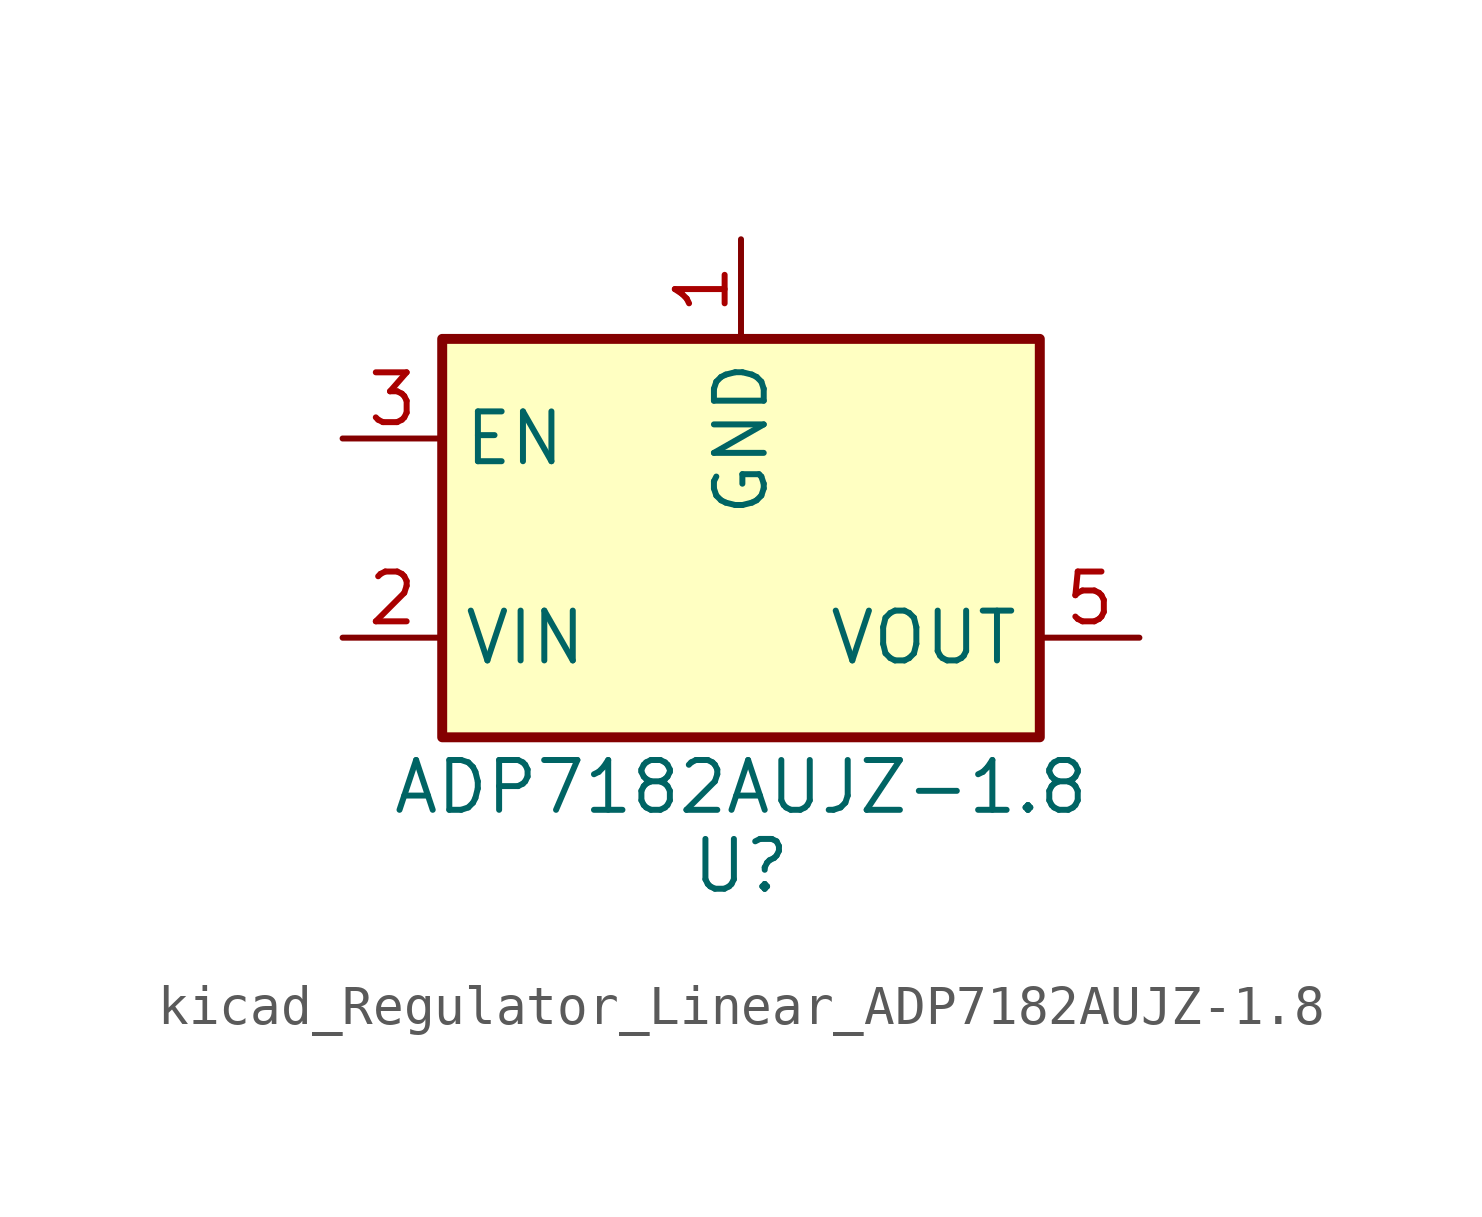
<source format=kicad_sym>
(kicad_symbol_lib
  (version 20220914)
  (generator kicad_symbol_editor)
  (symbol "kicad_Regulator_Linear_ADP7182AUJZ-1.8"
    (property "Reference" "U"
      (at 0 -7.62 0)
      (effects (font (size 1.27 1.27)) (justify top)))
    (property "Value" "ADP7182AUJZ-1.8"
      (at 0 -6.35 0)
      (effects (font (size 1.27 1.27))))
    (symbol "kicad_Regulator_Linear_ADP7182AUJZ-1.8_0_1"
      (rectangle (start -7.62 5.08) (end 7.62 -5.08) (stroke (width 0.254) (type default)) (fill (type background))))
    (symbol "kicad_Regulator_Linear_ADP7182AUJZ-1.8_1_1"
      (pin power_in line (at 0 7.62 270) (length 2.54) (name "GND" (effects (font (size 1.27 1.27)))) (number "1" (effects (font (size 1.27 1.27)))))
      (pin power_in line (at -10.16 -2.54 0) (length 2.54) (name "VIN" (effects (font (size 1.27 1.27)))) (number "2" (effects (font (size 1.27 1.27)))))
      (pin input line (at -10.16 2.54 0) (length 2.54) (name "EN" (effects (font (size 1.27 1.27)))) (number "3" (effects (font (size 1.27 1.27)))))
      (pin no_connect line (at 7.62 0 180) (length 2.54) hide (name "NC" (effects (font (size 1.27 1.27)))) (number "4" (effects (font (size 1.27 1.27)))))
      (pin power_out line (at 10.16 -2.54 180) (length 2.54) (name "VOUT" (effects (font (size 1.27 1.27)))) (number "5" (effects (font (size 1.27 1.27))))))))
</source>
